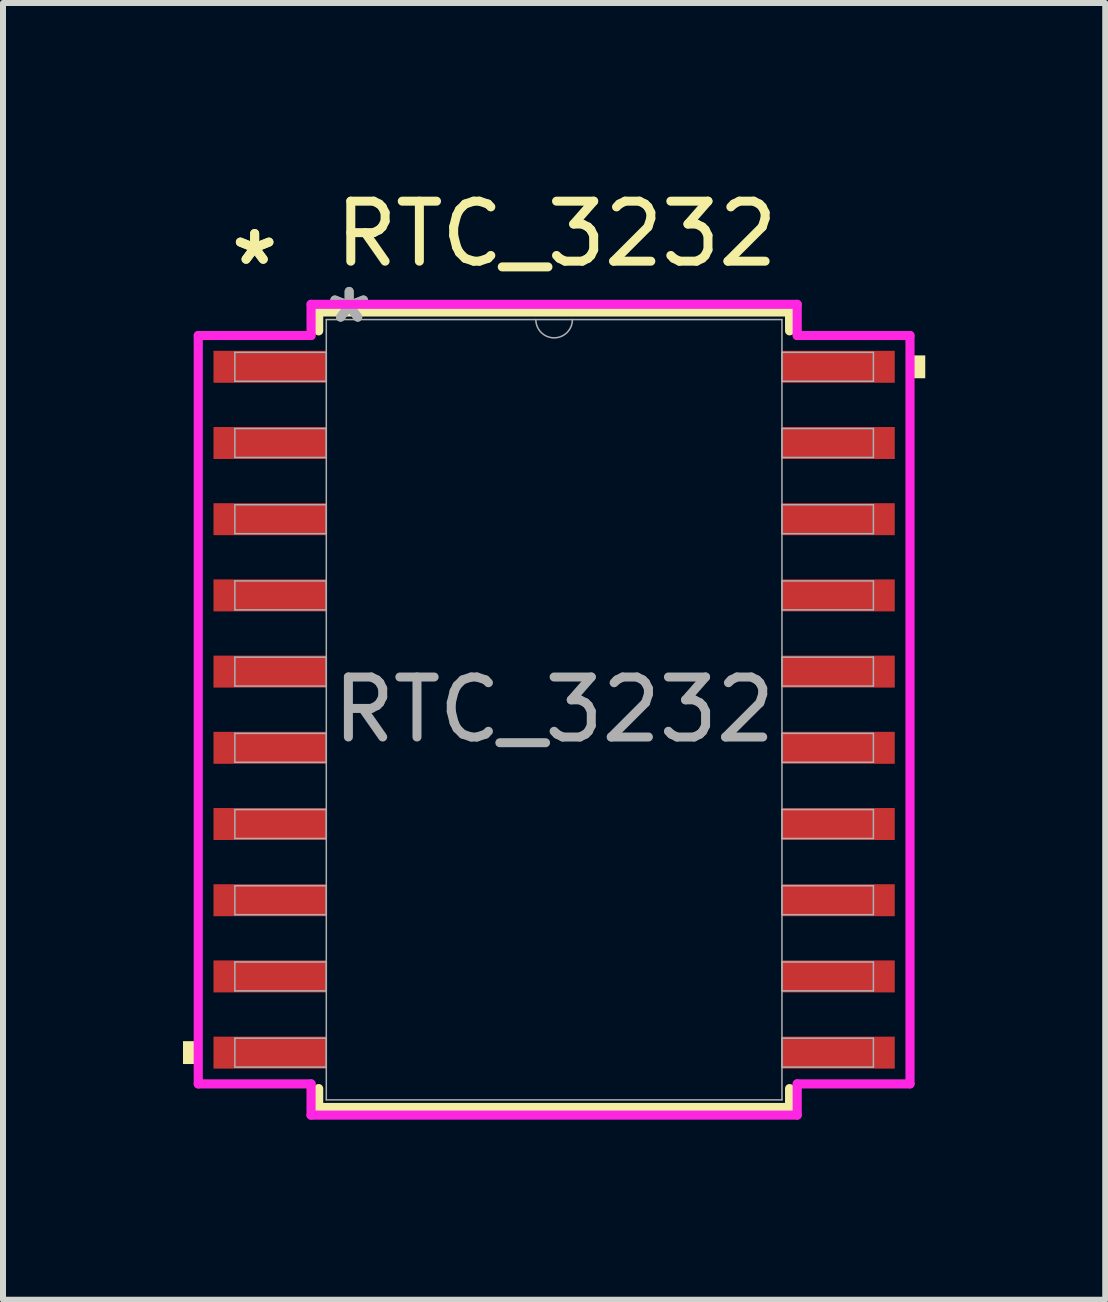
<source format=kicad_pcb>
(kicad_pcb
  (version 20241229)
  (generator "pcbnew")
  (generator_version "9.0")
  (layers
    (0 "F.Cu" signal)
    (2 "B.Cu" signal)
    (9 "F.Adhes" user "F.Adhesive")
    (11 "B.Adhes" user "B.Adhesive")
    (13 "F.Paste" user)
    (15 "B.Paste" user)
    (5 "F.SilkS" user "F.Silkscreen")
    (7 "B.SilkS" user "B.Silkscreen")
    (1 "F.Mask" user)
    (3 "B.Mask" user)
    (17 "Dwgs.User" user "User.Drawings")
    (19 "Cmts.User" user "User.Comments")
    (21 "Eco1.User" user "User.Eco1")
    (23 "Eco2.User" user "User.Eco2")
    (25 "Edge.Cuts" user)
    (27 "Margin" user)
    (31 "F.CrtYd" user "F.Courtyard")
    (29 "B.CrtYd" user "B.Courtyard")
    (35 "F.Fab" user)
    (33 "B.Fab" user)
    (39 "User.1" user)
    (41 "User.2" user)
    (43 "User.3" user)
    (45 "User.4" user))
  (footprint "RTC_3232"
    (layer "F.Cu")
    (at 6.185 8.778)
    (property "Reference" "RTC_3232" (at 0.04 -7.93 0) (unlocked yes) (layer "F.SilkS") (effects (font (size 1 1) (thickness 0.15))))
    (attr smd)
    (fp_line (start -3.924 -6.629) (end -3.924 -6.314) (stroke (width 0.152) (type solid)) (layer "F.SilkS"))
    (fp_line (start -3.924 6.314) (end -3.924 6.629) (stroke (width 0.152) (type solid)) (layer "F.SilkS"))
    (fp_line (start -3.924 6.629) (end 3.924 6.629) (stroke (width 0.152) (type solid)) (layer "F.SilkS"))
    (fp_line (start 3.924 -6.629) (end -3.924 -6.629) (stroke (width 0.152) (type solid)) (layer "F.SilkS"))
    (fp_line (start 3.924 -6.314) (end 3.924 -6.629) (stroke (width 0.152) (type solid)) (layer "F.SilkS"))
    (fp_line (start 3.924 6.629) (end 3.924 6.314) (stroke (width 0.152) (type solid)) (layer "F.SilkS"))
    (fp_poly (pts (xy -6.185 5.524) (xy -6.185 5.905) (xy -5.931 5.905) (xy -5.931 5.524)) (stroke (width 0) (type solid)) (fill yes) (layer "F.SilkS"))
    (fp_poly (pts (xy 6.185 -5.905) (xy 6.185 -5.524) (xy 5.931 -5.524) (xy 5.931 -5.905)) (stroke (width 0) (type solid)) (fill yes) (layer "F.SilkS"))
    (fp_line (start -5.931 -6.236) (end -4.051 -6.236) (stroke (width 0.152) (type solid)) (layer "F.CrtYd"))
    (fp_line (start -5.931 6.236) (end -5.931 -6.236) (stroke (width 0.152) (type solid)) (layer "F.CrtYd"))
    (fp_line (start -5.931 6.236) (end -4.051 6.236) (stroke (width 0.152) (type solid)) (layer "F.CrtYd"))
    (fp_line (start -4.051 -6.756) (end 4.051 -6.756) (stroke (width 0.152) (type solid)) (layer "F.CrtYd"))
    (fp_line (start -4.051 -6.236) (end -4.051 -6.756) (stroke (width 0.152) (type solid)) (layer "F.CrtYd"))
    (fp_line (start -4.051 6.756) (end -4.051 6.236) (stroke (width 0.152) (type solid)) (layer "F.CrtYd"))
    (fp_line (start 4.051 -6.756) (end 4.051 -6.236) (stroke (width 0.152) (type solid)) (layer "F.CrtYd"))
    (fp_line (start 4.051 6.236) (end 4.051 6.756) (stroke (width 0.152) (type solid)) (layer "F.CrtYd"))
    (fp_line (start 4.051 6.756) (end -4.051 6.756) (stroke (width 0.152) (type solid)) (layer "F.CrtYd"))
    (fp_line (start 5.931 -6.236) (end 4.051 -6.236) (stroke (width 0.152) (type solid)) (layer "F.CrtYd"))
    (fp_line (start 5.931 -6.236) (end 5.931 6.236) (stroke (width 0.152) (type solid)) (layer "F.CrtYd"))
    (fp_line (start 5.931 6.236) (end 4.051 6.236) (stroke (width 0.152) (type solid)) (layer "F.CrtYd"))
    (fp_line (start -5.321 -5.956) (end -5.321 -5.474) (stroke (width 0.025) (type solid)) (layer "F.Fab"))
    (fp_line (start -5.321 -5.474) (end -3.797 -5.474) (stroke (width 0.025) (type solid)) (layer "F.Fab"))
    (fp_line (start -5.321 -4.686) (end -5.321 -4.204) (stroke (width 0.025) (type solid)) (layer "F.Fab"))
    (fp_line (start -5.321 -4.204) (end -3.797 -4.204) (stroke (width 0.025) (type solid)) (layer "F.Fab"))
    (fp_line (start -5.321 -3.416) (end -5.321 -2.934) (stroke (width 0.025) (type solid)) (layer "F.Fab"))
    (fp_line (start -5.321 -2.934) (end -3.797 -2.934) (stroke (width 0.025) (type solid)) (layer "F.Fab"))
    (fp_line (start -5.321 -2.146) (end -5.321 -1.664) (stroke (width 0.025) (type solid)) (layer "F.Fab"))
    (fp_line (start -5.321 -1.664) (end -3.797 -1.664) (stroke (width 0.025) (type solid)) (layer "F.Fab"))
    (fp_line (start -5.321 -0.876) (end -5.321 -0.394) (stroke (width 0.025) (type solid)) (layer "F.Fab"))
    (fp_line (start -5.321 -0.394) (end -3.797 -0.394) (stroke (width 0.025) (type solid)) (layer "F.Fab"))
    (fp_line (start -5.321 0.394) (end -5.321 0.876) (stroke (width 0.025) (type solid)) (layer "F.Fab"))
    (fp_line (start -5.321 0.876) (end -3.797 0.876) (stroke (width 0.025) (type solid)) (layer "F.Fab"))
    (fp_line (start -5.321 1.664) (end -5.321 2.146) (stroke (width 0.025) (type solid)) (layer "F.Fab"))
    (fp_line (start -5.321 2.146) (end -3.797 2.146) (stroke (width 0.025) (type solid)) (layer "F.Fab"))
    (fp_line (start -5.321 2.934) (end -5.321 3.416) (stroke (width 0.025) (type solid)) (layer "F.Fab"))
    (fp_line (start -5.321 3.416) (end -3.797 3.416) (stroke (width 0.025) (type solid)) (layer "F.Fab"))
    (fp_line (start -5.321 4.204) (end -5.321 4.686) (stroke (width 0.025) (type solid)) (layer "F.Fab"))
    (fp_line (start -5.321 4.686) (end -3.797 4.686) (stroke (width 0.025) (type solid)) (layer "F.Fab"))
    (fp_line (start -5.321 5.474) (end -5.321 5.956) (stroke (width 0.025) (type solid)) (layer "F.Fab"))
    (fp_line (start -5.321 5.956) (end -3.797 5.956) (stroke (width 0.025) (type solid)) (layer "F.Fab"))
    (fp_line (start -3.797 -6.502) (end -3.797 6.502) (stroke (width 0.025) (type solid)) (layer "F.Fab"))
    (fp_line (start -3.797 -5.956) (end -5.321 -5.956) (stroke (width 0.025) (type solid)) (layer "F.Fab"))
    (fp_line (start -3.797 -5.474) (end -3.797 -5.956) (stroke (width 0.025) (type solid)) (layer "F.Fab"))
    (fp_line (start -3.797 -4.686) (end -5.321 -4.686) (stroke (width 0.025) (type solid)) (layer "F.Fab"))
    (fp_line (start -3.797 -4.204) (end -3.797 -4.686) (stroke (width 0.025) (type solid)) (layer "F.Fab"))
    (fp_line (start -3.797 -3.416) (end -5.321 -3.416) (stroke (width 0.025) (type solid)) (layer "F.Fab"))
    (fp_line (start -3.797 -2.934) (end -3.797 -3.416) (stroke (width 0.025) (type solid)) (layer "F.Fab"))
    (fp_line (start -3.797 -2.146) (end -5.321 -2.146) (stroke (width 0.025) (type solid)) (layer "F.Fab"))
    (fp_line (start -3.797 -1.664) (end -3.797 -2.146) (stroke (width 0.025) (type solid)) (layer "F.Fab"))
    (fp_line (start -3.797 -0.876) (end -5.321 -0.876) (stroke (width 0.025) (type solid)) (layer "F.Fab"))
    (fp_line (start -3.797 -0.394) (end -3.797 -0.876) (stroke (width 0.025) (type solid)) (layer "F.Fab"))
    (fp_line (start -3.797 0.394) (end -5.321 0.394) (stroke (width 0.025) (type solid)) (layer "F.Fab"))
    (fp_line (start -3.797 0.876) (end -3.797 0.394) (stroke (width 0.025) (type solid)) (layer "F.Fab"))
    (fp_line (start -3.797 1.664) (end -5.321 1.664) (stroke (width 0.025) (type solid)) (layer "F.Fab"))
    (fp_line (start -3.797 2.146) (end -3.797 1.664) (stroke (width 0.025) (type solid)) (layer "F.Fab"))
    (fp_line (start -3.797 2.934) (end -5.321 2.934) (stroke (width 0.025) (type solid)) (layer "F.Fab"))
    (fp_line (start -3.797 3.416) (end -3.797 2.934) (stroke (width 0.025) (type solid)) (layer "F.Fab"))
    (fp_line (start -3.797 4.204) (end -5.321 4.204) (stroke (width 0.025) (type solid)) (layer "F.Fab"))
    (fp_line (start -3.797 4.686) (end -3.797 4.204) (stroke (width 0.025) (type solid)) (layer "F.Fab"))
    (fp_line (start -3.797 5.474) (end -5.321 5.474) (stroke (width 0.025) (type solid)) (layer "F.Fab"))
    (fp_line (start -3.797 5.956) (end -3.797 5.474) (stroke (width 0.025) (type solid)) (layer "F.Fab"))
    (fp_line (start -3.797 6.502) (end 3.797 6.502) (stroke (width 0.025) (type solid)) (layer "F.Fab"))
    (fp_line (start 3.797 -6.502) (end -3.797 -6.502) (stroke (width 0.025) (type solid)) (layer "F.Fab"))
    (fp_line (start 3.797 -5.956) (end 3.797 -5.474) (stroke (width 0.025) (type solid)) (layer "F.Fab"))
    (fp_line (start 3.797 -5.474) (end 5.321 -5.474) (stroke (width 0.025) (type solid)) (layer "F.Fab"))
    (fp_line (start 3.797 -4.686) (end 3.797 -4.204) (stroke (width 0.025) (type solid)) (layer "F.Fab"))
    (fp_line (start 3.797 -4.204) (end 5.321 -4.204) (stroke (width 0.025) (type solid)) (layer "F.Fab"))
    (fp_line (start 3.797 -3.416) (end 3.797 -2.934) (stroke (width 0.025) (type solid)) (layer "F.Fab"))
    (fp_line (start 3.797 -2.934) (end 5.321 -2.934) (stroke (width 0.025) (type solid)) (layer "F.Fab"))
    (fp_line (start 3.797 -2.146) (end 3.797 -1.664) (stroke (width 0.025) (type solid)) (layer "F.Fab"))
    (fp_line (start 3.797 -1.664) (end 5.321 -1.664) (stroke (width 0.025) (type solid)) (layer "F.Fab"))
    (fp_line (start 3.797 -0.876) (end 3.797 -0.394) (stroke (width 0.025) (type solid)) (layer "F.Fab"))
    (fp_line (start 3.797 -0.394) (end 5.321 -0.394) (stroke (width 0.025) (type solid)) (layer "F.Fab"))
    (fp_line (start 3.797 0.394) (end 3.797 0.876) (stroke (width 0.025) (type solid)) (layer "F.Fab"))
    (fp_line (start 3.797 0.876) (end 5.321 0.876) (stroke (width 0.025) (type solid)) (layer "F.Fab"))
    (fp_line (start 3.797 1.664) (end 3.797 2.146) (stroke (width 0.025) (type solid)) (layer "F.Fab"))
    (fp_line (start 3.797 2.146) (end 5.321 2.146) (stroke (width 0.025) (type solid)) (layer "F.Fab"))
    (fp_line (start 3.797 2.934) (end 3.797 3.416) (stroke (width 0.025) (type solid)) (layer "F.Fab"))
    (fp_line (start 3.797 3.416) (end 5.321 3.416) (stroke (width 0.025) (type solid)) (layer "F.Fab"))
    (fp_line (start 3.797 4.204) (end 3.797 4.686) (stroke (width 0.025) (type solid)) (layer "F.Fab"))
    (fp_line (start 3.797 4.686) (end 5.321 4.686) (stroke (width 0.025) (type solid)) (layer "F.Fab"))
    (fp_line (start 3.797 5.474) (end 3.797 5.956) (stroke (width 0.025) (type solid)) (layer "F.Fab"))
    (fp_line (start 3.797 5.956) (end 5.321 5.956) (stroke (width 0.025) (type solid)) (layer "F.Fab"))
    (fp_line (start 3.797 6.502) (end 3.797 -6.502) (stroke (width 0.025) (type solid)) (layer "F.Fab"))
    (fp_line (start 5.321 -5.956) (end 3.797 -5.956) (stroke (width 0.025) (type solid)) (layer "F.Fab"))
    (fp_line (start 5.321 -5.474) (end 5.321 -5.956) (stroke (width 0.025) (type solid)) (layer "F.Fab"))
    (fp_line (start 5.321 -4.686) (end 3.797 -4.686) (stroke (width 0.025) (type solid)) (layer "F.Fab"))
    (fp_line (start 5.321 -4.204) (end 5.321 -4.686) (stroke (width 0.025) (type solid)) (layer "F.Fab"))
    (fp_line (start 5.321 -3.416) (end 3.797 -3.416) (stroke (width 0.025) (type solid)) (layer "F.Fab"))
    (fp_line (start 5.321 -2.934) (end 5.321 -3.416) (stroke (width 0.025) (type solid)) (layer "F.Fab"))
    (fp_line (start 5.321 -2.146) (end 3.797 -2.146) (stroke (width 0.025) (type solid)) (layer "F.Fab"))
    (fp_line (start 5.321 -1.664) (end 5.321 -2.146) (stroke (width 0.025) (type solid)) (layer "F.Fab"))
    (fp_line (start 5.321 -0.876) (end 3.797 -0.876) (stroke (width 0.025) (type solid)) (layer "F.Fab"))
    (fp_line (start 5.321 -0.394) (end 5.321 -0.876) (stroke (width 0.025) (type solid)) (layer "F.Fab"))
    (fp_line (start 5.321 0.394) (end 3.797 0.394) (stroke (width 0.025) (type solid)) (layer "F.Fab"))
    (fp_line (start 5.321 0.876) (end 5.321 0.394) (stroke (width 0.025) (type solid)) (layer "F.Fab"))
    (fp_line (start 5.321 1.664) (end 3.797 1.664) (stroke (width 0.025) (type solid)) (layer "F.Fab"))
    (fp_line (start 5.321 2.146) (end 5.321 1.664) (stroke (width 0.025) (type solid)) (layer "F.Fab"))
    (fp_line (start 5.321 2.934) (end 3.797 2.934) (stroke (width 0.025) (type solid)) (layer "F.Fab"))
    (fp_line (start 5.321 3.416) (end 5.321 2.934) (stroke (width 0.025) (type solid)) (layer "F.Fab"))
    (fp_line (start 5.321 4.204) (end 3.797 4.204) (stroke (width 0.025) (type solid)) (layer "F.Fab"))
    (fp_line (start 5.321 4.686) (end 5.321 4.204) (stroke (width 0.025) (type solid)) (layer "F.Fab"))
    (fp_line (start 5.321 5.474) (end 3.797 5.474) (stroke (width 0.025) (type solid)) (layer "F.Fab"))
    (fp_line (start 5.321 5.956) (end 5.321 5.474) (stroke (width 0.025) (type solid)) (layer "F.Fab"))
    (fp_arc (start 0.3048 -6.5024) (mid 0 -6.1976) (end -0.3048 -6.5024) (stroke (width 0.0254) (type solid)) (layer "F.Fab"))
    (fp_text user "*" (at -4.991 -7.391 0) (layer "F.SilkS") (effects (font (size 1 1) (thickness 0.15))))
    (fp_text user "*" (at -4.991 -7.391 0) (unlocked yes) (layer "F.SilkS") (effects (font (size 1 1) (thickness 0.15))))
    (fp_text user "*" (at -3.416 -6.426 0) (layer "F.Fab") (effects (font (size 1 1) (thickness 0.15))))
    (fp_text user "${REFERENCE}" (at 0 0 0) (unlocked yes) (layer "F.Fab") (effects (font (size 1 1) (thickness 0.15))))
    (fp_text user "*" (at -3.416 -6.426 0) (unlocked yes) (layer "F.Fab") (effects (font (size 1 1) (thickness 0.15))))
    (pad "1" smd rect (at -4.737 -5.715) (size 1.88 0.533) (layers "F.Cu" "F.Mask" "F.Paste"))
    (pad "2" smd rect (at -4.737 -4.445) (size 1.88 0.533) (layers "F.Cu" "F.Mask" "F.Paste"))
    (pad "3" smd rect (at -4.737 -3.175) (size 1.88 0.533) (layers "F.Cu" "F.Mask" "F.Paste"))
    (pad "4" smd rect (at -4.737 -1.905) (size 1.88 0.533) (layers "F.Cu" "F.Mask" "F.Paste"))
    (pad "5" smd rect (at -4.737 -0.635) (size 1.88 0.533) (layers "F.Cu" "F.Mask" "F.Paste"))
    (pad "6" smd rect (at -4.737 0.635) (size 1.88 0.533) (layers "F.Cu" "F.Mask" "F.Paste"))
    (pad "7" smd rect (at -4.737 1.905) (size 1.88 0.533) (layers "F.Cu" "F.Mask" "F.Paste"))
    (pad "8" smd rect (at -4.737 3.175) (size 1.88 0.533) (layers "F.Cu" "F.Mask" "F.Paste"))
    (pad "9" smd rect (at -4.737 4.445) (size 1.88 0.533) (layers "F.Cu" "F.Mask" "F.Paste"))
    (pad "10" smd rect (at -4.737 5.715) (size 1.88 0.533) (layers "F.Cu" "F.Mask" "F.Paste"))
    (pad "11" smd rect (at 4.737 5.715) (size 1.88 0.533) (layers "F.Cu" "F.Mask" "F.Paste"))
    (pad "12" smd rect (at 4.737 4.445) (size 1.88 0.533) (layers "F.Cu" "F.Mask" "F.Paste"))
    (pad "13" smd rect (at 4.737 3.175) (size 1.88 0.533) (layers "F.Cu" "F.Mask" "F.Paste"))
    (pad "14" smd rect (at 4.737 1.905) (size 1.88 0.533) (layers "F.Cu" "F.Mask" "F.Paste"))
    (pad "15" smd rect (at 4.737 0.635) (size 1.88 0.533) (layers "F.Cu" "F.Mask" "F.Paste"))
    (pad "16" smd rect (at 4.737 -0.635) (size 1.88 0.533) (layers "F.Cu" "F.Mask" "F.Paste"))
    (pad "17" smd rect (at 4.737 -1.905) (size 1.88 0.533) (layers "F.Cu" "F.Mask" "F.Paste"))
    (pad "18" smd rect (at 4.737 -3.175) (size 1.88 0.533) (layers "F.Cu" "F.Mask" "F.Paste"))
    (pad "19" smd rect (at 4.737 -4.445) (size 1.88 0.533) (layers "F.Cu" "F.Mask" "F.Paste"))
    (pad "20" smd rect (at 4.737 -5.715) (size 1.88 0.533) (layers "F.Cu" "F.Mask" "F.Paste")))
  (gr_rect
    (start -3 -3)
    (end 15.37 18.611)
    (stroke (width 0.1) (type default))
    (fill no)
    (layer "Edge.Cuts")))
</source>
